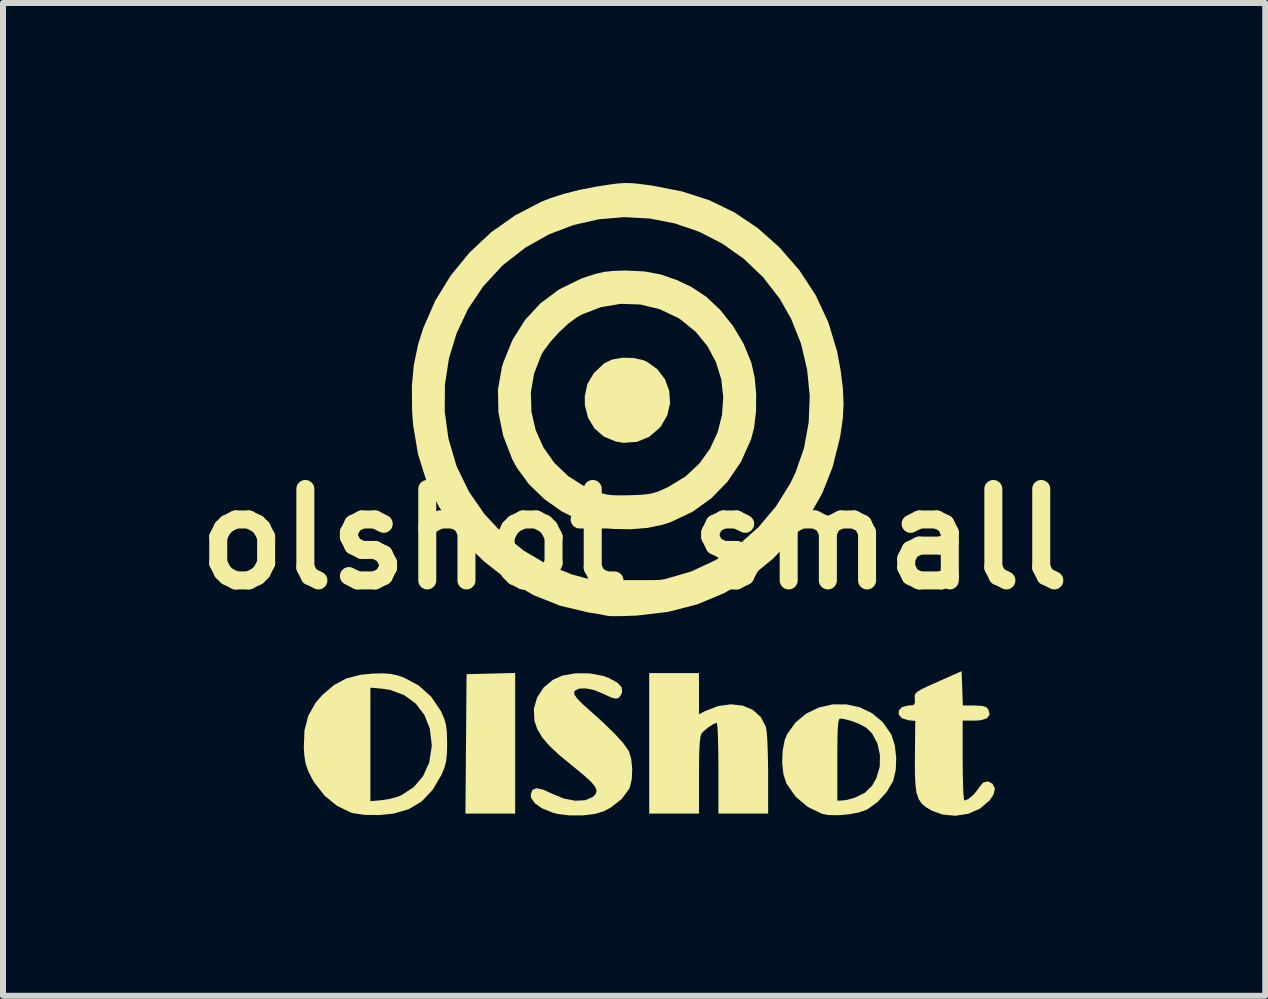
<source format=kicad_pcb>
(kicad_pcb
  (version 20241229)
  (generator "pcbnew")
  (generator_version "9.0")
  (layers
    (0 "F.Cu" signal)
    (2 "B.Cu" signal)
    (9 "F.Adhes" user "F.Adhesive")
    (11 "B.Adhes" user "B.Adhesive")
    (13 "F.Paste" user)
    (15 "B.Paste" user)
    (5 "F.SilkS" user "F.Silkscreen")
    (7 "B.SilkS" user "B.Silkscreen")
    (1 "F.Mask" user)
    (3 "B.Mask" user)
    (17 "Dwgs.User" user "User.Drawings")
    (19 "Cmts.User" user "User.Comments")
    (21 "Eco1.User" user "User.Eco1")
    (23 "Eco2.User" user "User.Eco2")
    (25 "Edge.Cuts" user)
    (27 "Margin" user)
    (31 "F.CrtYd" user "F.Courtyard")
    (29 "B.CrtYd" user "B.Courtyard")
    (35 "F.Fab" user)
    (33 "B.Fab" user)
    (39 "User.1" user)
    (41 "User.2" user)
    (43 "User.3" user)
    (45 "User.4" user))
  (footprint "olshot_small"
    (layer "F.Cu")
    (at 7.518 5.934)
    (property "Reference" "olshot_small" (at 0 0 0) (layer "F.SilkS") (effects (font (size 1.524 1.524) (thickness 0.3))))
    (attr board_only exclude_from_pos_files exclude_from_bom)
    (fp_poly (pts (xy -1.982 4.576) (xy -2.811 4.576) (xy -2.792 2.252) (xy -1.982 2.231)) (stroke (width 0) (type solid)) (fill yes) (layer "F.SilkS"))
    (fp_poly (pts (xy -0.014 -3.018) (xy 0.153 -2.982) (xy 0.211 -2.957) (xy 0.388 -2.83) (xy 0.514 -2.664) (xy 0.585 -2.472) (xy 0.6 -2.269) (xy 0.555 -2.067) (xy 0.448 -1.88) (xy 0.425 -1.853) (xy 0.25 -1.703) (xy 0.048 -1.62) (xy -0.175 -1.604) (xy -0.304 -1.625) (xy -0.502 -1.707) (xy -0.659 -1.842) (xy -0.767 -2.02) (xy -0.82 -2.232) (xy -0.822 -2.379) (xy -0.778 -2.584) (xy -0.675 -2.761) (xy -0.507 -2.922) (xy -0.493 -2.932) (xy -0.363 -2.993) (xy -0.195 -3.022)) (stroke (width 0) (type solid)) (fill yes) (layer "F.SilkS"))
    (fp_poly (pts (xy 1.081 2.92) (xy 1.183 2.867) (xy 1.402 2.783) (xy 1.615 2.754) (xy 1.811 2.776) (xy 1.981 2.848) (xy 2.112 2.967) (xy 2.196 3.128) (xy 2.198 3.137) (xy 2.21 3.212) (xy 2.22 3.346) (xy 2.227 3.522) (xy 2.232 3.728) (xy 2.234 3.918) (xy 2.234 4.576) (xy 1.405 4.576) (xy 1.405 3.819) (xy 1.404 3.594) (xy 1.4 3.396) (xy 1.395 3.235) (xy 1.388 3.122) (xy 1.38 3.066) (xy 1.377 3.062) (xy 1.322 3.084) (xy 1.241 3.136) (xy 1.163 3.198) (xy 1.126 3.237) (xy 1.108 3.285) (xy 1.095 3.383) (xy 1.086 3.536) (xy 1.082 3.752) (xy 1.081 3.934) (xy 1.081 4.576) (xy 0.252 4.576) (xy 0.252 2.234) (xy 1.081 2.234)) (stroke (width 0) (type solid)) (fill yes) (layer "F.SilkS"))
    (fp_poly (pts (xy 5.469 2.488) (xy 5.479 2.774) (xy 5.675 2.774) (xy 5.8 2.78) (xy 5.871 2.803) (xy 5.904 2.838) (xy 5.925 2.927) (xy 5.88 2.988) (xy 5.771 3.021) (xy 5.673 3.026) (xy 5.476 3.026) (xy 5.476 3.693) (xy 5.478 3.903) (xy 5.482 4.086) (xy 5.488 4.231) (xy 5.496 4.325) (xy 5.504 4.359) (xy 5.572 4.332) (xy 5.654 4.264) (xy 5.727 4.176) (xy 5.748 4.141) (xy 5.817 4.058) (xy 5.899 4.038) (xy 5.974 4.078) (xy 6.014 4.16) (xy 5.989 4.262) (xy 5.919 4.362) (xy 5.763 4.494) (xy 5.569 4.579) (xy 5.354 4.612) (xy 5.138 4.591) (xy 4.971 4.531) (xy 4.87 4.473) (xy 4.795 4.411) (xy 4.742 4.333) (xy 4.707 4.228) (xy 4.688 4.085) (xy 4.68 3.893) (xy 4.68 3.641) (xy 4.68 3.62) (xy 4.686 3.031) (xy 4.572 3.02) (xy 4.464 2.987) (xy 4.411 2.926) (xy 4.411 2.858) (xy 4.464 2.801) (xy 4.568 2.774) (xy 4.583 2.774) (xy 4.656 2.767) (xy 4.68 2.729) (xy 4.678 2.664) (xy 4.675 2.616) (xy 4.687 2.579) (xy 4.723 2.543) (xy 4.794 2.501) (xy 4.911 2.445) (xy 5.062 2.378) (xy 5.458 2.202)) (stroke (width 0) (type solid)) (fill yes) (layer "F.SilkS"))
    (fp_poly (pts (xy 3.76 2.804) (xy 3.967 2.903) (xy 4.144 3.051) (xy 4.281 3.249) (xy 4.29 3.265) (xy 4.345 3.438) (xy 4.369 3.642) (xy 4.361 3.848) (xy 4.32 4.024) (xy 4.315 4.038) (xy 4.21 4.215) (xy 4.061 4.379) (xy 3.894 4.502) (xy 3.876 4.511) (xy 3.747 4.557) (xy 3.578 4.588) (xy 3.398 4.603) (xy 3.235 4.599) (xy 3.134 4.58) (xy 2.894 4.464) (xy 2.77 4.359) (xy 3.387 4.359) (xy 3.468 4.358) (xy 3.555 4.345) (xy 3.665 4.314) (xy 3.686 4.307) (xy 3.85 4.226) (xy 3.968 4.108) (xy 4.039 3.981) (xy 4.094 3.793) (xy 4.097 3.595) (xy 4.054 3.405) (xy 3.968 3.242) (xy 3.868 3.144) (xy 3.763 3.086) (xy 3.629 3.034) (xy 3.499 2.999) (xy 3.432 2.991) (xy 3.415 3.008) (xy 3.403 3.064) (xy 3.394 3.167) (xy 3.389 3.323) (xy 3.387 3.541) (xy 3.387 3.675) (xy 3.387 4.359) (xy 2.77 4.359) (xy 2.691 4.292) (xy 2.538 4.073) (xy 2.537 4.071) (xy 2.489 3.921) (xy 2.468 3.734) (xy 2.475 3.535) (xy 2.509 3.355) (xy 2.547 3.257) (xy 2.69 3.057) (xy 2.872 2.907) (xy 3.081 2.807) (xy 3.306 2.756) (xy 3.537 2.755)) (stroke (width 0) (type solid)) (fill yes) (layer "F.SilkS"))
    (fp_poly (pts (xy -4.055 2.247) (xy -3.936 2.274) (xy -3.84 2.307) (xy -3.593 2.438) (xy -3.385 2.624) (xy -3.226 2.857) (xy -3.216 2.877) (xy -3.166 2.989) (xy -3.136 3.091) (xy -3.121 3.208) (xy -3.117 3.366) (xy -3.116 3.405) (xy -3.12 3.578) (xy -3.133 3.705) (xy -3.162 3.813) (xy -3.209 3.927) (xy -3.21 3.929) (xy -3.358 4.181) (xy -3.538 4.371) (xy -3.755 4.502) (xy -4.016 4.577) (xy -4.248 4.6) (xy -4.488 4.597) (xy -4.676 4.57) (xy -4.72 4.558) (xy -4.951 4.447) (xy -5.159 4.276) (xy -5.329 4.06) (xy -5.363 4.002) (xy -5.432 3.866) (xy -5.473 3.748) (xy -5.495 3.617) (xy -5.505 3.479) (xy -5.494 3.191) (xy -5.43 2.944) (xy -5.307 2.727) (xy -5.192 2.595) (xy -5.053 2.477) (xy -4.395 2.477) (xy -4.395 4.368) (xy -4.206 4.352) (xy -4.064 4.329) (xy -3.927 4.29) (xy -3.88 4.27) (xy -3.672 4.134) (xy -3.516 3.949) (xy -3.415 3.724) (xy -3.374 3.466) (xy -3.373 3.423) (xy -3.405 3.159) (xy -3.496 2.93) (xy -3.64 2.742) (xy -3.831 2.601) (xy -4.064 2.515) (xy -4.206 2.493) (xy -4.395 2.477) (xy -5.053 2.477) (xy -5 2.432) (xy -4.798 2.324) (xy -4.565 2.263) (xy -4.359 2.242) (xy -4.186 2.238)) (stroke (width 0) (type solid)) (fill yes) (layer "F.SilkS"))
    (fp_poly (pts (xy -0.738 2.239) (xy -0.514 2.281) (xy -0.411 2.32) (xy -0.275 2.396) (xy -0.207 2.471) (xy -0.2 2.552) (xy -0.218 2.597) (xy -0.254 2.646) (xy -0.303 2.661) (xy -0.381 2.641) (xy -0.503 2.584) (xy -0.52 2.576) (xy -0.666 2.517) (xy -0.804 2.489) (xy -0.917 2.492) (xy -0.987 2.528) (xy -0.999 2.547) (xy -0.994 2.593) (xy -0.948 2.659) (xy -0.854 2.754) (xy -0.772 2.827) (xy -0.526 3.048) (xy -0.33 3.238) (xy -0.186 3.395) (xy -0.099 3.516) (xy -0.089 3.532) (xy -0.048 3.663) (xy -0.031 3.828) (xy -0.038 3.996) (xy -0.07 4.136) (xy -0.083 4.165) (xy -0.207 4.332) (xy -0.386 4.473) (xy -0.504 4.537) (xy -0.661 4.583) (xy -0.859 4.606) (xy -1.071 4.606) (xy -1.27 4.582) (xy -1.357 4.56) (xy -1.533 4.489) (xy -1.655 4.403) (xy -1.717 4.311) (xy -1.722 4.256) (xy -1.693 4.18) (xy -1.627 4.153) (xy -1.517 4.176) (xy -1.36 4.247) (xy -1.354 4.25) (xy -1.166 4.326) (xy -0.982 4.361) (xy -0.818 4.353) (xy -0.692 4.301) (xy -0.684 4.294) (xy -0.637 4.244) (xy -0.625 4.19) (xy -0.652 4.124) (xy -0.723 4.04) (xy -0.844 3.931) (xy -1.018 3.788) (xy -1.04 3.77) (xy -1.257 3.591) (xy -1.42 3.437) (xy -1.535 3.301) (xy -1.612 3.171) (xy -1.658 3.04) (xy -1.661 3.026) (xy -1.671 2.83) (xy -1.617 2.642) (xy -1.509 2.476) (xy -1.355 2.347) (xy -1.2 2.277) (xy -0.976 2.237)) (stroke (width 0) (type solid)) (fill yes) (layer "F.SilkS"))
    (fp_poly (pts (xy 0.174 -4.46) (xy 0.445 -4.41) (xy 0.714 -4.316) (xy 0.955 -4.202) (xy 1.204 -4.037) (xy 1.439 -3.815) (xy 1.65 -3.549) (xy 1.825 -3.255) (xy 1.951 -2.947) (xy 1.955 -2.936) (xy 2.01 -2.688) (xy 2.035 -2.408) (xy 2.032 -2.121) (xy 1.999 -1.852) (xy 1.948 -1.657) (xy 1.78 -1.285) (xy 1.558 -0.958) (xy 1.287 -0.679) (xy 0.971 -0.453) (xy 0.615 -0.285) (xy 0.47 -0.237) (xy 0.221 -0.186) (xy -0.061 -0.163) (xy -0.341 -0.169) (xy -0.55 -0.197) (xy -0.885 -0.3) (xy -1.205 -0.46) (xy -1.499 -0.668) (xy -1.753 -0.915) (xy -1.956 -1.191) (xy -2.033 -1.335) (xy -2.183 -1.726) (xy -2.261 -2.11) (xy -2.268 -2.439) (xy -1.721 -2.439) (xy -1.711 -2.123) (xy -1.641 -1.818) (xy -1.513 -1.531) (xy -1.332 -1.273) (xy -1.101 -1.051) (xy -0.823 -0.874) (xy -0.682 -0.811) (xy -0.566 -0.769) (xy -0.462 -0.743) (xy -0.349 -0.73) (xy -0.203 -0.728) (xy -0.072 -0.73) (xy 0.105 -0.737) (xy 0.234 -0.749) (xy 0.339 -0.772) (xy 0.444 -0.81) (xy 0.572 -0.87) (xy 0.578 -0.873) (xy 0.859 -1.045) (xy 1.088 -1.259) (xy 1.266 -1.507) (xy 1.392 -1.779) (xy 1.465 -2.067) (xy 1.486 -2.364) (xy 1.453 -2.659) (xy 1.366 -2.944) (xy 1.225 -3.211) (xy 1.03 -3.451) (xy 0.779 -3.656) (xy 0.725 -3.69) (xy 0.424 -3.832) (xy 0.104 -3.909) (xy -0.225 -3.92) (xy -0.55 -3.866) (xy -0.86 -3.747) (xy -0.945 -3.701) (xy -1.089 -3.596) (xy -1.245 -3.452) (xy -1.392 -3.291) (xy -1.508 -3.134) (xy -1.546 -3.069) (xy -1.667 -2.758) (xy -1.721 -2.439) (xy -2.268 -2.439) (xy -2.269 -2.489) (xy -2.205 -2.859) (xy -2.18 -2.943) (xy -2.025 -3.322) (xy -1.817 -3.652) (xy -1.558 -3.932) (xy -1.249 -4.161) (xy -0.891 -4.336) (xy -0.799 -4.37) (xy -0.636 -4.421) (xy -0.496 -4.453) (xy -0.349 -4.469) (xy -0.165 -4.475) (xy -0.126 -4.475)) (stroke (width 0) (type solid)) (fill yes) (layer "F.SilkS"))
    (fp_poly (pts (xy -0.03 -5.931) (xy 0.106 -5.917) (xy 0.285 -5.893) (xy 0.3 -5.891) (xy 0.803 -5.793) (xy 1.258 -5.645) (xy 1.674 -5.443) (xy 2.059 -5.184) (xy 2.417 -4.867) (xy 2.753 -4.482) (xy 3.026 -4.065) (xy 3.236 -3.615) (xy 3.383 -3.129) (xy 3.441 -2.819) (xy 3.479 -2.52) (xy 3.491 -2.261) (xy 3.479 -2.012) (xy 3.441 -1.747) (xy 3.426 -1.668) (xy 3.307 -1.195) (xy 3.138 -0.767) (xy 2.915 -0.372) (xy 2.631 -0.000056) (xy 2.313 0.329) (xy 1.925 0.647) (xy 1.504 0.9) (xy 1.051 1.089) (xy 0.565 1.214) (xy 0.047 1.275) (xy 0 1.277) (xy -0.162 1.283) (xy -0.301 1.285) (xy -0.398 1.284) (xy -0.432 1.281) (xy -0.493 1.269) (xy -0.602 1.249) (xy -0.738 1.227) (xy -0.757 1.224) (xy -1.231 1.112) (xy -1.677 0.934) (xy -2.098 0.69) (xy -2.493 0.379) (xy -2.646 0.234) (xy -2.985 -0.146) (xy -3.255 -0.543) (xy -3.46 -0.965) (xy -3.602 -1.417) (xy -3.683 -1.904) (xy -3.699 -2.122) (xy -3.156 -2.122) (xy -3.094 -1.675) (xy -2.965 -1.236) (xy -2.949 -1.194) (xy -2.751 -0.788) (xy -2.495 -0.417) (xy -2.188 -0.088) (xy -1.838 0.194) (xy -1.451 0.422) (xy -1.036 0.591) (xy -0.769 0.662) (xy -0.544 0.695) (xy -0.277 0.713) (xy 0.006 0.714) (xy 0.276 0.7) (xy 0.506 0.669) (xy 0.521 0.666) (xy 0.95 0.541) (xy 1.357 0.352) (xy 1.732 0.104) (xy 2.07 -0.195) (xy 2.363 -0.542) (xy 2.603 -0.928) (xy 2.689 -1.106) (xy 2.831 -1.514) (xy 2.91 -1.945) (xy 2.927 -2.387) (xy 2.883 -2.829) (xy 2.78 -3.262) (xy 2.616 -3.673) (xy 2.429 -4.002) (xy 2.149 -4.365) (xy 1.827 -4.672) (xy 1.47 -4.924) (xy 1.086 -5.121) (xy 0.681 -5.26) (xy 0.262 -5.342) (xy -0.165 -5.365) (xy -0.592 -5.329) (xy -1.013 -5.233) (xy -1.421 -5.077) (xy -1.809 -4.859) (xy -2.171 -4.578) (xy -2.211 -4.541) (xy -2.517 -4.208) (xy -2.766 -3.837) (xy -2.956 -3.435) (xy -3.086 -3.01) (xy -3.153 -2.57) (xy -3.156 -2.122) (xy -3.699 -2.122) (xy -3.7 -2.147) (xy -3.704 -2.548) (xy -3.67 -2.91) (xy -3.597 -3.254) (xy -3.514 -3.516) (xy -3.314 -3.972) (xy -3.055 -4.394) (xy -2.742 -4.776) (xy -2.382 -5.113) (xy -1.981 -5.396) (xy -1.545 -5.622) (xy -1.402 -5.679) (xy -1.176 -5.752) (xy -0.908 -5.82) (xy -0.625 -5.875) (xy -0.608 -5.877) (xy -0.413 -5.908) (xy -0.267 -5.927) (xy -0.147 -5.934)) (stroke (width 0) (type solid)) (fill yes) (layer "F.SilkS")))
  (gr_rect
    (start -3 -3)
    (end 18.037 13.546)
    (stroke (width 0.1) (type default))
    (fill no)
    (layer "Edge.Cuts")))
</source>
